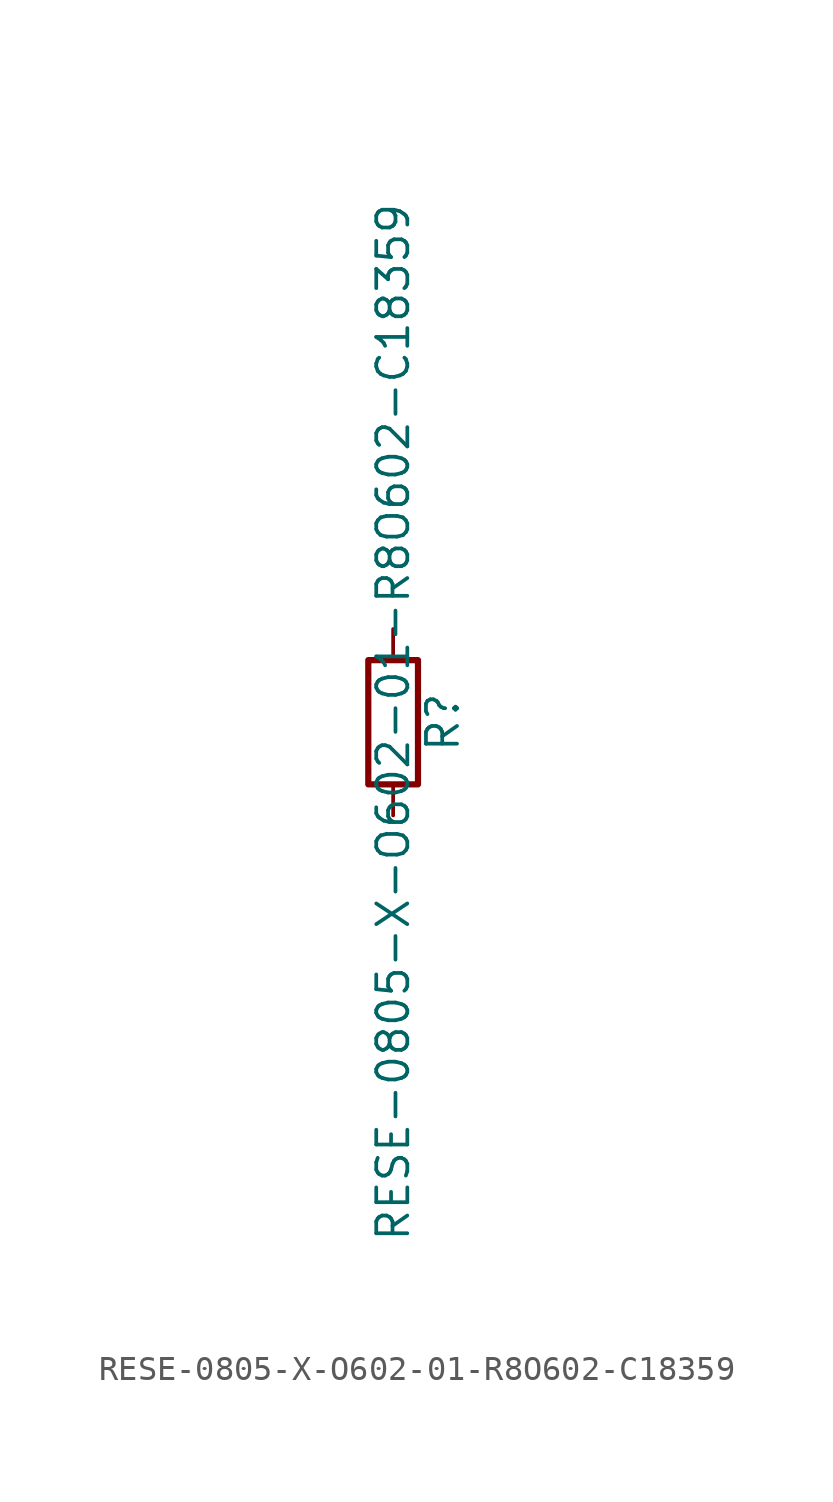
<source format=kicad_sym>
(kicad_symbol_lib
  (version 20211014)
  (generator kicad_symbol_editor)
  (symbol "RESE-0805-X-O602-01-R8O602-C18359"
    (pin_numbers hide)
    (pin_names
      (offset 0))
    (property "Reference" "R"
      (at 2.032 0 90)
      (effects (font (size 1.27 1.27))))
    (property "Value" "RESE-0805-X-O602-01-R8O602-C18359"
      (at 0 0 90)
      (effects (font (size 1.27 1.27))))
    (symbol "RESE-0805-X-O602-01-R8O602-C18359_0_1"
      (rectangle (start -1.016 -2.54) (end 1.016 2.54) (stroke (width 0.254) (type default) (color 0 0 0 0)) (fill (type none))))
    (symbol "RESE-0805-X-O602-01-R8O602-C18359_1_1"
      (pin passive line (at 0 3.81 270) (length 1.27) (name "~" (effects (font (size 1.27 1.27)))) (number "1" (effects (font (size 1.27 1.27)))))
      (pin passive line (at 0 -3.81 90) (length 1.27) (name "~" (effects (font (size 1.27 1.27)))) (number "2" (effects (font (size 1.27 1.27))))))))
</source>
